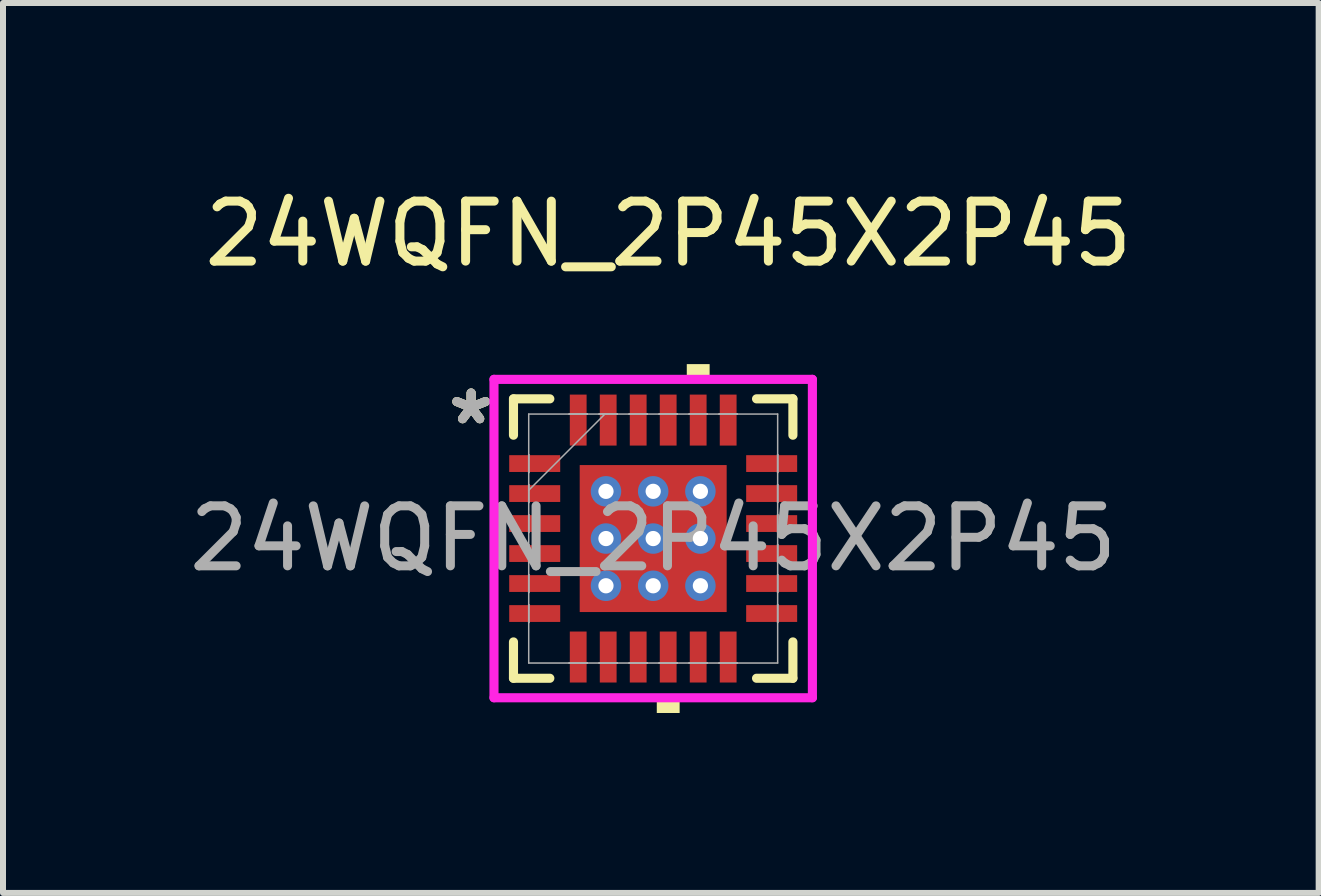
<source format=kicad_pcb>
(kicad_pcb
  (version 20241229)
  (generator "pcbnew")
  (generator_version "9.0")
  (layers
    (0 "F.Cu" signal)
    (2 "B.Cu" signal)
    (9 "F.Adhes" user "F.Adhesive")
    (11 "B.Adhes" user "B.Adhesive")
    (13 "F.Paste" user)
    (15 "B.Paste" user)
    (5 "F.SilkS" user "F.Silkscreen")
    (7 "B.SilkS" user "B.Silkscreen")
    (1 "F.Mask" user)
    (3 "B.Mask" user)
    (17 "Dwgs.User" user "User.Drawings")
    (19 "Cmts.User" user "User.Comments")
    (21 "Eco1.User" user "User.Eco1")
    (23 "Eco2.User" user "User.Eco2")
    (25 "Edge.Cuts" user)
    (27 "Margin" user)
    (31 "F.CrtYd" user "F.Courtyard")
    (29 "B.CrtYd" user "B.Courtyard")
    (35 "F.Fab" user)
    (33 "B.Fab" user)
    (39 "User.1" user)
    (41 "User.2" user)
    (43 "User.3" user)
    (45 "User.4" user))
  (footprint "24WQFN_2P45X2P45"
    (layer "F.Cu")
    (at 7.839 5.928)
    (property "Reference" "24WQFN_2P45X2P45" (at 0.254 -5.08 0) (unlocked yes) (layer "F.SilkS") (effects (font (size 1 1) (thickness 0.15))))
    (attr smd)
    (fp_poly (pts (xy -2.47 -1.46) (xy -2.47 -1.04) (xy -1.48 -1.04) (xy -1.48 -1.46)) (stroke (width 0) (type solid)) (fill yes) (layer "F.Mask"))
    (fp_poly (pts (xy -2.47 -0.96) (xy -2.47 -0.54) (xy -1.48 -0.54) (xy -1.48 -0.96)) (stroke (width 0) (type solid)) (fill yes) (layer "F.Mask"))
    (fp_poly (pts (xy -2.47 -0.46) (xy -2.47 -0.04) (xy -1.48 -0.04) (xy -1.48 -0.46)) (stroke (width 0) (type solid)) (fill yes) (layer "F.Mask"))
    (fp_poly (pts (xy -2.47 0.04) (xy -2.47 0.46) (xy -1.48 0.46) (xy -1.48 0.04)) (stroke (width 0) (type solid)) (fill yes) (layer "F.Mask"))
    (fp_poly (pts (xy -2.47 0.54) (xy -2.47 0.96) (xy -1.48 0.96) (xy -1.48 0.54)) (stroke (width 0) (type solid)) (fill yes) (layer "F.Mask"))
    (fp_poly (pts (xy -2.47 1.04) (xy -2.47 1.46) (xy -1.48 1.46) (xy -1.48 1.04)) (stroke (width 0) (type solid)) (fill yes) (layer "F.Mask"))
    (fp_poly (pts (xy -1.46 -2.47) (xy -1.46 -1.48) (xy -1.04 -1.48) (xy -1.04 -2.47)) (stroke (width 0) (type solid)) (fill yes) (layer "F.Mask"))
    (fp_poly (pts (xy -1.46 1.48) (xy -1.46 2.47) (xy -1.04 2.47) (xy -1.04 1.48)) (stroke (width 0) (type solid)) (fill yes) (layer "F.Mask"))
    (fp_poly (pts (xy -1.288 -1.288) (xy -0.987 -1.288) (xy -0.987 1.288) (xy -1.288 1.288)) (stroke (width 0) (type solid)) (fill yes) (layer "F.Mask"))
    (fp_poly (pts (xy -1.288 -1.288) (xy 1.288 -1.288) (xy 1.288 -0.987) (xy -1.288 -0.987)) (stroke (width 0) (type solid)) (fill yes) (layer "F.Mask"))
    (fp_poly (pts (xy -1.288 -0.587) (xy 1.288 -0.587) (xy 1.288 -0.2) (xy -1.288 -0.2)) (stroke (width 0) (type solid)) (fill yes) (layer "F.Mask"))
    (fp_poly (pts (xy -1.288 0.2) (xy 1.288 0.2) (xy 1.288 0.587) (xy -1.288 0.587)) (stroke (width 0) (type solid)) (fill yes) (layer "F.Mask"))
    (fp_poly (pts (xy -1.288 0.987) (xy 1.288 0.987) (xy 1.288 1.288) (xy -1.288 1.288)) (stroke (width 0) (type solid)) (fill yes) (layer "F.Mask"))
    (fp_poly (pts (xy -0.96 -2.47) (xy -0.96 -1.48) (xy -0.54 -1.48) (xy -0.54 -2.47)) (stroke (width 0) (type solid)) (fill yes) (layer "F.Mask"))
    (fp_poly (pts (xy -0.96 1.48) (xy -0.96 2.47) (xy -0.54 2.47) (xy -0.54 1.48)) (stroke (width 0) (type solid)) (fill yes) (layer "F.Mask"))
    (fp_poly (pts (xy -0.46 -2.47) (xy -0.46 -1.48) (xy -0.04 -1.48) (xy -0.04 -2.47)) (stroke (width 0) (type solid)) (fill yes) (layer "F.Mask"))
    (fp_poly (pts (xy -0.46 1.48) (xy -0.46 2.47) (xy -0.04 2.47) (xy -0.04 1.48)) (stroke (width 0) (type solid)) (fill yes) (layer "F.Mask"))
    (fp_poly (pts (xy -0.2 -1.288) (xy -0.587 -1.288) (xy -0.587 1.288) (xy -0.2 1.288)) (stroke (width 0) (type solid)) (fill yes) (layer "F.Mask"))
    (fp_poly (pts (xy 0.04 -2.47) (xy 0.04 -1.48) (xy 0.46 -1.48) (xy 0.46 -2.47)) (stroke (width 0) (type solid)) (fill yes) (layer "F.Mask"))
    (fp_poly (pts (xy 0.04 1.48) (xy 0.04 2.47) (xy 0.46 2.47) (xy 0.46 1.48)) (stroke (width 0) (type solid)) (fill yes) (layer "F.Mask"))
    (fp_poly (pts (xy 0.54 -2.47) (xy 0.54 -1.48) (xy 0.96 -1.48) (xy 0.96 -2.47)) (stroke (width 0) (type solid)) (fill yes) (layer "F.Mask"))
    (fp_poly (pts (xy 0.54 1.48) (xy 0.54 2.47) (xy 0.96 2.47) (xy 0.96 1.48)) (stroke (width 0) (type solid)) (fill yes) (layer "F.Mask"))
    (fp_poly (pts (xy 0.587 -1.288) (xy 0.2 -1.288) (xy 0.2 1.288) (xy 0.587 1.288)) (stroke (width 0) (type solid)) (fill yes) (layer "F.Mask"))
    (fp_poly (pts (xy 0.987 -1.288) (xy 1.288 -1.288) (xy 1.288 1.288) (xy 0.987 1.288)) (stroke (width 0) (type solid)) (fill yes) (layer "F.Mask"))
    (fp_poly (pts (xy 1.04 -2.47) (xy 1.04 -1.48) (xy 1.46 -1.48) (xy 1.46 -2.47)) (stroke (width 0) (type solid)) (fill yes) (layer "F.Mask"))
    (fp_poly (pts (xy 1.04 1.48) (xy 1.04 2.47) (xy 1.46 2.47) (xy 1.46 1.48)) (stroke (width 0) (type solid)) (fill yes) (layer "F.Mask"))
    (fp_poly (pts (xy 1.48 -1.46) (xy 1.48 -1.04) (xy 2.47 -1.04) (xy 2.47 -1.46)) (stroke (width 0) (type solid)) (fill yes) (layer "F.Mask"))
    (fp_poly (pts (xy 1.48 -0.96) (xy 1.48 -0.54) (xy 2.47 -0.54) (xy 2.47 -0.96)) (stroke (width 0) (type solid)) (fill yes) (layer "F.Mask"))
    (fp_poly (pts (xy 1.48 -0.46) (xy 1.48 -0.04) (xy 2.47 -0.04) (xy 2.47 -0.46)) (stroke (width 0) (type solid)) (fill yes) (layer "F.Mask"))
    (fp_poly (pts (xy 1.48 0.04) (xy 1.48 0.46) (xy 2.47 0.46) (xy 2.47 0.04)) (stroke (width 0) (type solid)) (fill yes) (layer "F.Mask"))
    (fp_poly (pts (xy 1.48 0.54) (xy 1.48 0.96) (xy 2.47 0.96) (xy 2.47 0.54)) (stroke (width 0) (type solid)) (fill yes) (layer "F.Mask"))
    (fp_poly (pts (xy 1.48 1.04) (xy 1.48 1.46) (xy 2.47 1.46) (xy 2.47 1.04)) (stroke (width 0) (type solid)) (fill yes) (layer "F.Mask"))
    (fp_line (start -2.329 -2.329) (end -2.329 -1.723) (stroke (width 0.152) (type solid)) (layer "F.SilkS"))
    (fp_line (start -2.329 1.723) (end -2.329 2.329) (stroke (width 0.152) (type solid)) (layer "F.SilkS"))
    (fp_line (start -2.329 2.329) (end -1.723 2.329) (stroke (width 0.152) (type solid)) (layer "F.SilkS"))
    (fp_line (start -1.723 -2.329) (end -2.329 -2.329) (stroke (width 0.152) (type solid)) (layer "F.SilkS"))
    (fp_line (start 1.723 2.329) (end 2.329 2.329) (stroke (width 0.152) (type solid)) (layer "F.SilkS"))
    (fp_line (start 2.329 -2.329) (end 1.723 -2.329) (stroke (width 0.152) (type solid)) (layer "F.SilkS"))
    (fp_line (start 2.329 -1.723) (end 2.329 -2.329) (stroke (width 0.152) (type solid)) (layer "F.SilkS"))
    (fp_line (start 2.329 2.329) (end 2.329 1.723) (stroke (width 0.152) (type solid)) (layer "F.SilkS"))
    (fp_poly (pts (xy 0.06 2.654) (xy 0.06 2.908) (xy 0.441 2.908) (xy 0.441 2.654)) (stroke (width 0) (type solid)) (fill yes) (layer "F.SilkS"))
    (fp_poly (pts (xy 0.56 -2.654) (xy 0.56 -2.908) (xy 0.941 -2.908) (xy 0.941 -2.654)) (stroke (width 0) (type solid)) (fill yes) (layer "F.SilkS"))
    (fp_poly (pts (xy -2.375 -1.365) (xy -2.375 -1.135) (xy -1.575 -1.135) (xy -1.575 -1.365)) (stroke (width 0) (type solid)) (fill yes) (layer "F.Paste"))
    (fp_poly (pts (xy -2.375 -0.865) (xy -2.375 -0.635) (xy -1.575 -0.635) (xy -1.575 -0.865)) (stroke (width 0) (type solid)) (fill yes) (layer "F.Paste"))
    (fp_poly (pts (xy -2.375 -0.365) (xy -2.375 -0.135) (xy -1.575 -0.135) (xy -1.575 -0.365)) (stroke (width 0) (type solid)) (fill yes) (layer "F.Paste"))
    (fp_poly (pts (xy -2.375 0.135) (xy -2.375 0.365) (xy -1.575 0.365) (xy -1.575 0.135)) (stroke (width 0) (type solid)) (fill yes) (layer "F.Paste"))
    (fp_poly (pts (xy -2.375 0.635) (xy -2.375 0.865) (xy -1.575 0.865) (xy -1.575 0.635)) (stroke (width 0) (type solid)) (fill yes) (layer "F.Paste"))
    (fp_poly (pts (xy -2.375 1.135) (xy -2.375 1.365) (xy -1.575 1.365) (xy -1.575 1.135)) (stroke (width 0) (type solid)) (fill yes) (layer "F.Paste"))
    (fp_poly (pts (xy -1.365 -2.375) (xy -1.365 -1.575) (xy -1.135 -1.575) (xy -1.135 -2.375)) (stroke (width 0) (type solid)) (fill yes) (layer "F.Paste"))
    (fp_poly (pts (xy -1.365 1.575) (xy -1.365 2.375) (xy -1.135 2.375) (xy -1.135 1.575)) (stroke (width 0) (type solid)) (fill yes) (layer "F.Paste"))
    (fp_poly (pts (xy -0.865 -2.375) (xy -0.865 -1.575) (xy -0.635 -1.575) (xy -0.635 -2.375)) (stroke (width 0) (type solid)) (fill yes) (layer "F.Paste"))
    (fp_poly (pts (xy -0.865 1.575) (xy -0.865 2.375) (xy -0.635 2.375) (xy -0.635 1.575)) (stroke (width 0) (type solid)) (fill yes) (layer "F.Paste"))
    (fp_poly (pts (xy -0.365 -2.375) (xy -0.365 -1.575) (xy -0.135 -1.575) (xy -0.135 -2.375)) (stroke (width 0) (type solid)) (fill yes) (layer "F.Paste"))
    (fp_poly (pts (xy -0.365 1.575) (xy -0.365 2.375) (xy -0.135 2.375) (xy -0.135 1.575)) (stroke (width 0) (type solid)) (fill yes) (layer "F.Paste"))
    (fp_poly (pts (xy 0.135 -2.375) (xy 0.135 -1.575) (xy 0.365 -1.575) (xy 0.365 -2.375)) (stroke (width 0) (type solid)) (fill yes) (layer "F.Paste"))
    (fp_poly (pts (xy 0.135 1.575) (xy 0.135 2.375) (xy 0.365 2.375) (xy 0.365 1.575)) (stroke (width 0) (type solid)) (fill yes) (layer "F.Paste"))
    (fp_poly (pts (xy 0.635 -2.375) (xy 0.635 -1.575) (xy 0.865 -1.575) (xy 0.865 -2.375)) (stroke (width 0) (type solid)) (fill yes) (layer "F.Paste"))
    (fp_poly (pts (xy 0.635 1.575) (xy 0.635 2.375) (xy 0.865 2.375) (xy 0.865 1.575)) (stroke (width 0) (type solid)) (fill yes) (layer "F.Paste"))
    (fp_poly (pts (xy 1.135 -2.375) (xy 1.135 -1.575) (xy 1.365 -1.575) (xy 1.365 -2.375)) (stroke (width 0) (type solid)) (fill yes) (layer "F.Paste"))
    (fp_poly (pts (xy 1.135 1.575) (xy 1.135 2.375) (xy 1.365 2.375) (xy 1.365 1.575)) (stroke (width 0) (type solid)) (fill yes) (layer "F.Paste"))
    (fp_poly (pts (xy 1.575 -1.365) (xy 1.575 -1.135) (xy 2.375 -1.135) (xy 2.375 -1.365)) (stroke (width 0) (type solid)) (fill yes) (layer "F.Paste"))
    (fp_poly (pts (xy 1.575 -0.865) (xy 1.575 -0.635) (xy 2.375 -0.635) (xy 2.375 -0.865)) (stroke (width 0) (type solid)) (fill yes) (layer "F.Paste"))
    (fp_poly (pts (xy 1.575 -0.365) (xy 1.575 -0.135) (xy 2.375 -0.135) (xy 2.375 -0.365)) (stroke (width 0) (type solid)) (fill yes) (layer "F.Paste"))
    (fp_poly (pts (xy 1.575 0.135) (xy 1.575 0.365) (xy 2.375 0.365) (xy 2.375 0.135)) (stroke (width 0) (type solid)) (fill yes) (layer "F.Paste"))
    (fp_poly (pts (xy 1.575 0.635) (xy 1.575 0.865) (xy 2.375 0.865) (xy 2.375 0.635)) (stroke (width 0) (type solid)) (fill yes) (layer "F.Paste"))
    (fp_poly (pts (xy 1.575 1.135) (xy 1.575 1.365) (xy 2.375 1.365) (xy 2.375 1.135)) (stroke (width 0) (type solid)) (fill yes) (layer "F.Paste"))
    (fp_poly (pts (xy -1.15 -1.15) (xy -1.15 -0.887) (xy -1.029 -0.887) (xy -0.887 -1.029) (xy -0.887 -1.15)) (stroke (width 0) (type solid)) (fill yes) (layer "F.Paste"))
    (fp_poly (pts (xy -1.15 0.887) (xy -1.15 1.15) (xy -0.887 1.15) (xy -0.887 1.029) (xy -1.029 0.887)) (stroke (width 0) (type solid)) (fill yes) (layer "F.Paste"))
    (fp_poly (pts (xy 0.887 -1.15) (xy 0.887 -1.029) (xy 1.029 -0.887) (xy 1.15 -0.887) (xy 1.15 -1.15)) (stroke (width 0) (type solid)) (fill yes) (layer "F.Paste"))
    (fp_poly (pts (xy 1.029 0.887) (xy 0.887 1.029) (xy 0.887 1.15) (xy 1.15 1.15) (xy 1.15 0.887)) (stroke (width 0) (type solid)) (fill yes) (layer "F.Paste"))
    (fp_poly (pts (xy -1.15 -0.687) (xy -1.15 -0.1) (xy -1.029 -0.1) (xy -0.887 -0.241) (xy -0.887 -0.546) (xy -1.029 -0.687)) (stroke (width 0) (type solid)) (fill yes) (layer "F.Paste"))
    (fp_poly (pts (xy -1.15 0.1) (xy -1.15 0.687) (xy -1.029 0.687) (xy -0.887 0.546) (xy -0.887 0.241) (xy -1.029 0.1)) (stroke (width 0) (type solid)) (fill yes) (layer "F.Paste"))
    (fp_poly (pts (xy -0.687 -1.15) (xy -0.687 -1.029) (xy -0.546 -0.887) (xy -0.241 -0.887) (xy -0.1 -1.029) (xy -0.1 -1.15)) (stroke (width 0) (type solid)) (fill yes) (layer "F.Paste"))
    (fp_poly (pts (xy -0.546 0.887) (xy -0.687 1.029) (xy -0.687 1.15) (xy -0.1 1.15) (xy -0.1 1.029) (xy -0.241 0.887)) (stroke (width 0) (type solid)) (fill yes) (layer "F.Paste"))
    (fp_poly (pts (xy 0.1 -1.15) (xy 0.1 -1.029) (xy 0.241 -0.887) (xy 0.546 -0.887) (xy 0.687 -1.029) (xy 0.687 -1.15)) (stroke (width 0) (type solid)) (fill yes) (layer "F.Paste"))
    (fp_poly (pts (xy 0.241 0.887) (xy 0.1 1.029) (xy 0.1 1.15) (xy 0.687 1.15) (xy 0.687 1.029) (xy 0.546 0.887)) (stroke (width 0) (type solid)) (fill yes) (layer "F.Paste"))
    (fp_poly (pts (xy 1.029 -0.687) (xy 0.887 -0.546) (xy 0.887 -0.241) (xy 1.029 -0.1) (xy 1.15 -0.1) (xy 1.15 -0.687)) (stroke (width 0) (type solid)) (fill yes) (layer "F.Paste"))
    (fp_poly (pts (xy 1.029 0.1) (xy 0.887 0.241) (xy 0.887 0.546) (xy 1.029 0.687) (xy 1.15 0.687) (xy 1.15 0.1)) (stroke (width 0) (type solid)) (fill yes) (layer "F.Paste"))
    (fp_poly (pts (xy -0.546 -0.687) (xy -0.687 -0.546) (xy -0.687 -0.241) (xy -0.546 -0.1) (xy -0.241 -0.1) (xy -0.1 -0.241) (xy -0.1 -0.546) (xy -0.241 -0.687)) (stroke (width 0) (type solid)) (fill yes) (layer "F.Paste"))
    (fp_poly (pts (xy -0.546 0.1) (xy -0.687 0.241) (xy -0.687 0.546) (xy -0.546 0.687) (xy -0.241 0.687) (xy -0.1 0.546) (xy -0.1 0.241) (xy -0.241 0.1)) (stroke (width 0) (type solid)) (fill yes) (layer "F.Paste"))
    (fp_poly (pts (xy 0.241 -0.687) (xy 0.1 -0.546) (xy 0.1 -0.241) (xy 0.241 -0.1) (xy 0.546 -0.1) (xy 0.687 -0.241) (xy 0.687 -0.546) (xy 0.546 -0.687)) (stroke (width 0) (type solid)) (fill yes) (layer "F.Paste"))
    (fp_poly (pts (xy 0.241 0.1) (xy 0.1 0.241) (xy 0.1 0.546) (xy 0.241 0.687) (xy 0.546 0.687) (xy 0.687 0.546) (xy 0.687 0.241) (xy 0.546 0.1)) (stroke (width 0) (type solid)) (fill yes) (layer "F.Paste"))
    (fp_line (start -2.654 -2.654) (end 2.654 -2.654) (stroke (width 0.152) (type solid)) (layer "F.CrtYd"))
    (fp_line (start -2.654 2.654) (end -2.654 -2.654) (stroke (width 0.152) (type solid)) (layer "F.CrtYd"))
    (fp_line (start 2.654 -2.654) (end 2.654 2.654) (stroke (width 0.152) (type solid)) (layer "F.CrtYd"))
    (fp_line (start 2.654 2.654) (end -2.654 2.654) (stroke (width 0.152) (type solid)) (layer "F.CrtYd"))
    (fp_line (start -2.075 -2.075) (end -2.075 2.075) (stroke (width 0.025) (type solid)) (layer "F.Fab"))
    (fp_line (start -2.075 -1.4) (end -2.075 -1.4) (stroke (width 0.025) (type solid)) (layer "F.Fab"))
    (fp_line (start -2.075 -1.4) (end -2.075 -1.1) (stroke (width 0.025) (type solid)) (layer "F.Fab"))
    (fp_line (start -2.075 -1.1) (end -2.075 -1.4) (stroke (width 0.025) (type solid)) (layer "F.Fab"))
    (fp_line (start -2.075 -1.1) (end -2.075 -1.1) (stroke (width 0.025) (type solid)) (layer "F.Fab"))
    (fp_line (start -2.075 -0.9) (end -2.075 -0.9) (stroke (width 0.025) (type solid)) (layer "F.Fab"))
    (fp_line (start -2.075 -0.9) (end -2.075 -0.6) (stroke (width 0.025) (type solid)) (layer "F.Fab"))
    (fp_line (start -2.075 -0.805) (end -0.805 -2.075) (stroke (width 0.025) (type solid)) (layer "F.Fab"))
    (fp_line (start -2.075 -0.6) (end -2.075 -0.9) (stroke (width 0.025) (type solid)) (layer "F.Fab"))
    (fp_line (start -2.075 -0.6) (end -2.075 -0.6) (stroke (width 0.025) (type solid)) (layer "F.Fab"))
    (fp_line (start -2.075 -0.4) (end -2.075 -0.4) (stroke (width 0.025) (type solid)) (layer "F.Fab"))
    (fp_line (start -2.075 -0.4) (end -2.075 -0.1) (stroke (width 0.025) (type solid)) (layer "F.Fab"))
    (fp_line (start -2.075 -0.1) (end -2.075 -0.4) (stroke (width 0.025) (type solid)) (layer "F.Fab"))
    (fp_line (start -2.075 -0.1) (end -2.075 -0.1) (stroke (width 0.025) (type solid)) (layer "F.Fab"))
    (fp_line (start -2.075 0.1) (end -2.075 0.1) (stroke (width 0.025) (type solid)) (layer "F.Fab"))
    (fp_line (start -2.075 0.1) (end -2.075 0.4) (stroke (width 0.025) (type solid)) (layer "F.Fab"))
    (fp_line (start -2.075 0.4) (end -2.075 0.1) (stroke (width 0.025) (type solid)) (layer "F.Fab"))
    (fp_line (start -2.075 0.4) (end -2.075 0.4) (stroke (width 0.025) (type solid)) (layer "F.Fab"))
    (fp_line (start -2.075 0.6) (end -2.075 0.6) (stroke (width 0.025) (type solid)) (layer "F.Fab"))
    (fp_line (start -2.075 0.6) (end -2.075 0.9) (stroke (width 0.025) (type solid)) (layer "F.Fab"))
    (fp_line (start -2.075 0.9) (end -2.075 0.6) (stroke (width 0.025) (type solid)) (layer "F.Fab"))
    (fp_line (start -2.075 0.9) (end -2.075 0.9) (stroke (width 0.025) (type solid)) (layer "F.Fab"))
    (fp_line (start -2.075 1.1) (end -2.075 1.1) (stroke (width 0.025) (type solid)) (layer "F.Fab"))
    (fp_line (start -2.075 1.1) (end -2.075 1.4) (stroke (width 0.025) (type solid)) (layer "F.Fab"))
    (fp_line (start -2.075 1.4) (end -2.075 1.1) (stroke (width 0.025) (type solid)) (layer "F.Fab"))
    (fp_line (start -2.075 1.4) (end -2.075 1.4) (stroke (width 0.025) (type solid)) (layer "F.Fab"))
    (fp_line (start -2.075 2.075) (end 2.075 2.075) (stroke (width 0.025) (type solid)) (layer "F.Fab"))
    (fp_line (start -1.4 -2.075) (end -1.4 -2.075) (stroke (width 0.025) (type solid)) (layer "F.Fab"))
    (fp_line (start -1.4 -2.075) (end -1.1 -2.075) (stroke (width 0.025) (type solid)) (layer "F.Fab"))
    (fp_line (start -1.4 2.075) (end -1.4 2.075) (stroke (width 0.025) (type solid)) (layer "F.Fab"))
    (fp_line (start -1.4 2.075) (end -1.1 2.075) (stroke (width 0.025) (type solid)) (layer "F.Fab"))
    (fp_line (start -1.1 -2.075) (end -1.4 -2.075) (stroke (width 0.025) (type solid)) (layer "F.Fab"))
    (fp_line (start -1.1 -2.075) (end -1.1 -2.075) (stroke (width 0.025) (type solid)) (layer "F.Fab"))
    (fp_line (start -1.1 2.075) (end -1.4 2.075) (stroke (width 0.025) (type solid)) (layer "F.Fab"))
    (fp_line (start -1.1 2.075) (end -1.1 2.075) (stroke (width 0.025) (type solid)) (layer "F.Fab"))
    (fp_line (start -0.9 -2.075) (end -0.9 -2.075) (stroke (width 0.025) (type solid)) (layer "F.Fab"))
    (fp_line (start -0.9 -2.075) (end -0.6 -2.075) (stroke (width 0.025) (type solid)) (layer "F.Fab"))
    (fp_line (start -0.9 2.075) (end -0.9 2.075) (stroke (width 0.025) (type solid)) (layer "F.Fab"))
    (fp_line (start -0.9 2.075) (end -0.6 2.075) (stroke (width 0.025) (type solid)) (layer "F.Fab"))
    (fp_line (start -0.6 -2.075) (end -0.9 -2.075) (stroke (width 0.025) (type solid)) (layer "F.Fab"))
    (fp_line (start -0.6 -2.075) (end -0.6 -2.075) (stroke (width 0.025) (type solid)) (layer "F.Fab"))
    (fp_line (start -0.6 2.075) (end -0.9 2.075) (stroke (width 0.025) (type solid)) (layer "F.Fab"))
    (fp_line (start -0.6 2.075) (end -0.6 2.075) (stroke (width 0.025) (type solid)) (layer "F.Fab"))
    (fp_line (start -0.4 -2.075) (end -0.4 -2.075) (stroke (width 0.025) (type solid)) (layer "F.Fab"))
    (fp_line (start -0.4 -2.075) (end -0.1 -2.075) (stroke (width 0.025) (type solid)) (layer "F.Fab"))
    (fp_line (start -0.4 2.075) (end -0.4 2.075) (stroke (width 0.025) (type solid)) (layer "F.Fab"))
    (fp_line (start -0.4 2.075) (end -0.1 2.075) (stroke (width 0.025) (type solid)) (layer "F.Fab"))
    (fp_line (start -0.1 -2.075) (end -0.4 -2.075) (stroke (width 0.025) (type solid)) (layer "F.Fab"))
    (fp_line (start -0.1 -2.075) (end -0.1 -2.075) (stroke (width 0.025) (type solid)) (layer "F.Fab"))
    (fp_line (start -0.1 2.075) (end -0.4 2.075) (stroke (width 0.025) (type solid)) (layer "F.Fab"))
    (fp_line (start -0.1 2.075) (end -0.1 2.075) (stroke (width 0.025) (type solid)) (layer "F.Fab"))
    (fp_line (start 0.1 -2.075) (end 0.1 -2.075) (stroke (width 0.025) (type solid)) (layer "F.Fab"))
    (fp_line (start 0.1 -2.075) (end 0.4 -2.075) (stroke (width 0.025) (type solid)) (layer "F.Fab"))
    (fp_line (start 0.1 2.075) (end 0.1 2.075) (stroke (width 0.025) (type solid)) (layer "F.Fab"))
    (fp_line (start 0.1 2.075) (end 0.4 2.075) (stroke (width 0.025) (type solid)) (layer "F.Fab"))
    (fp_line (start 0.4 -2.075) (end 0.1 -2.075) (stroke (width 0.025) (type solid)) (layer "F.Fab"))
    (fp_line (start 0.4 -2.075) (end 0.4 -2.075) (stroke (width 0.025) (type solid)) (layer "F.Fab"))
    (fp_line (start 0.4 2.075) (end 0.1 2.075) (stroke (width 0.025) (type solid)) (layer "F.Fab"))
    (fp_line (start 0.4 2.075) (end 0.4 2.075) (stroke (width 0.025) (type solid)) (layer "F.Fab"))
    (fp_line (start 0.6 -2.075) (end 0.6 -2.075) (stroke (width 0.025) (type solid)) (layer "F.Fab"))
    (fp_line (start 0.6 -2.075) (end 0.9 -2.075) (stroke (width 0.025) (type solid)) (layer "F.Fab"))
    (fp_line (start 0.6 2.075) (end 0.6 2.075) (stroke (width 0.025) (type solid)) (layer "F.Fab"))
    (fp_line (start 0.6 2.075) (end 0.9 2.075) (stroke (width 0.025) (type solid)) (layer "F.Fab"))
    (fp_line (start 0.9 -2.075) (end 0.6 -2.075) (stroke (width 0.025) (type solid)) (layer "F.Fab"))
    (fp_line (start 0.9 -2.075) (end 0.9 -2.075) (stroke (width 0.025) (type solid)) (layer "F.Fab"))
    (fp_line (start 0.9 2.075) (end 0.6 2.075) (stroke (width 0.025) (type solid)) (layer "F.Fab"))
    (fp_line (start 0.9 2.075) (end 0.9 2.075) (stroke (width 0.025) (type solid)) (layer "F.Fab"))
    (fp_line (start 1.1 -2.075) (end 1.1 -2.075) (stroke (width 0.025) (type solid)) (layer "F.Fab"))
    (fp_line (start 1.1 -2.075) (end 1.4 -2.075) (stroke (width 0.025) (type solid)) (layer "F.Fab"))
    (fp_line (start 1.1 2.075) (end 1.1 2.075) (stroke (width 0.025) (type solid)) (layer "F.Fab"))
    (fp_line (start 1.1 2.075) (end 1.4 2.075) (stroke (width 0.025) (type solid)) (layer "F.Fab"))
    (fp_line (start 1.4 -2.075) (end 1.1 -2.075) (stroke (width 0.025) (type solid)) (layer "F.Fab"))
    (fp_line (start 1.4 -2.075) (end 1.4 -2.075) (stroke (width 0.025) (type solid)) (layer "F.Fab"))
    (fp_line (start 1.4 2.075) (end 1.1 2.075) (stroke (width 0.025) (type solid)) (layer "F.Fab"))
    (fp_line (start 1.4 2.075) (end 1.4 2.075) (stroke (width 0.025) (type solid)) (layer "F.Fab"))
    (fp_line (start 2.075 -2.075) (end -2.075 -2.075) (stroke (width 0.025) (type solid)) (layer "F.Fab"))
    (fp_line (start 2.075 -1.4) (end 2.075 -1.4) (stroke (width 0.025) (type solid)) (layer "F.Fab"))
    (fp_line (start 2.075 -1.4) (end 2.075 -1.1) (stroke (width 0.025) (type solid)) (layer "F.Fab"))
    (fp_line (start 2.075 -1.1) (end 2.075 -1.4) (stroke (width 0.025) (type solid)) (layer "F.Fab"))
    (fp_line (start 2.075 -1.1) (end 2.075 -1.1) (stroke (width 0.025) (type solid)) (layer "F.Fab"))
    (fp_line (start 2.075 -0.9) (end 2.075 -0.9) (stroke (width 0.025) (type solid)) (layer "F.Fab"))
    (fp_line (start 2.075 -0.9) (end 2.075 -0.6) (stroke (width 0.025) (type solid)) (layer "F.Fab"))
    (fp_line (start 2.075 -0.6) (end 2.075 -0.9) (stroke (width 0.025) (type solid)) (layer "F.Fab"))
    (fp_line (start 2.075 -0.6) (end 2.075 -0.6) (stroke (width 0.025) (type solid)) (layer "F.Fab"))
    (fp_line (start 2.075 -0.4) (end 2.075 -0.4) (stroke (width 0.025) (type solid)) (layer "F.Fab"))
    (fp_line (start 2.075 -0.4) (end 2.075 -0.1) (stroke (width 0.025) (type solid)) (layer "F.Fab"))
    (fp_line (start 2.075 -0.1) (end 2.075 -0.4) (stroke (width 0.025) (type solid)) (layer "F.Fab"))
    (fp_line (start 2.075 -0.1) (end 2.075 -0.1) (stroke (width 0.025) (type solid)) (layer "F.Fab"))
    (fp_line (start 2.075 0.1) (end 2.075 0.1) (stroke (width 0.025) (type solid)) (layer "F.Fab"))
    (fp_line (start 2.075 0.1) (end 2.075 0.4) (stroke (width 0.025) (type solid)) (layer "F.Fab"))
    (fp_line (start 2.075 0.4) (end 2.075 0.1) (stroke (width 0.025) (type solid)) (layer "F.Fab"))
    (fp_line (start 2.075 0.4) (end 2.075 0.4) (stroke (width 0.025) (type solid)) (layer "F.Fab"))
    (fp_line (start 2.075 0.6) (end 2.075 0.6) (stroke (width 0.025) (type solid)) (layer "F.Fab"))
    (fp_line (start 2.075 0.6) (end 2.075 0.9) (stroke (width 0.025) (type solid)) (layer "F.Fab"))
    (fp_line (start 2.075 0.9) (end 2.075 0.6) (stroke (width 0.025) (type solid)) (layer "F.Fab"))
    (fp_line (start 2.075 0.9) (end 2.075 0.9) (stroke (width 0.025) (type solid)) (layer "F.Fab"))
    (fp_line (start 2.075 1.1) (end 2.075 1.1) (stroke (width 0.025) (type solid)) (layer "F.Fab"))
    (fp_line (start 2.075 1.1) (end 2.075 1.4) (stroke (width 0.025) (type solid)) (layer "F.Fab"))
    (fp_line (start 2.075 1.4) (end 2.075 1.1) (stroke (width 0.025) (type solid)) (layer "F.Fab"))
    (fp_line (start 2.075 1.4) (end 2.075 1.4) (stroke (width 0.025) (type solid)) (layer "F.Fab"))
    (fp_line (start 2.075 2.075) (end 2.075 -2.075) (stroke (width 0.025) (type solid)) (layer "F.Fab"))
    (fp_text user "*" (at -3.035 -1.881 0) (unlocked yes) (layer "F.SilkS") (effects (font (size 1 1) (thickness 0.15))))
    (fp_text user "*" (at -3.035 -1.881 0) (layer "F.SilkS") (effects (font (size 1 1) (thickness 0.15))))
    (fp_text user "${REFERENCE}" (at 0 0 0) (unlocked yes) (layer "F.Fab") (effects (font (size 1 1) (thickness 0.15))))
    (fp_text user "*" (at -3.035 -1.881 0) (unlocked yes) (layer "F.Fab") (effects (font (size 1 1) (thickness 0.15))))
    (fp_text user "*" (at -3.035 -1.881 0) (layer "F.Fab") (effects (font (size 1 1) (thickness 0.15))))
    (pad "1" smd rect (at -1.975 -1.25 90) (size 0.28 0.85) (layers "F.Cu" "F.Mask"))
    (pad "2" smd rect (at -1.975 -0.75 90) (size 0.28 0.85) (layers "F.Cu" "F.Mask"))
    (pad "3" smd rect (at -1.975 -0.25 90) (size 0.28 0.85) (layers "F.Cu" "F.Mask"))
    (pad "4" smd rect (at -1.975 0.25 90) (size 0.28 0.85) (layers "F.Cu" "F.Mask"))
    (pad "5" smd rect (at -1.975 0.75 90) (size 0.28 0.85) (layers "F.Cu" "F.Mask"))
    (pad "6" smd rect (at -1.975 1.25 90) (size 0.28 0.85) (layers "F.Cu" "F.Mask"))
    (pad "7" smd rect (at -1.25 1.975) (size 0.28 0.85) (layers "F.Cu" "F.Mask"))
    (pad "8" smd rect (at -0.75 1.975) (size 0.28 0.85) (layers "F.Cu" "F.Mask"))
    (pad "9" smd rect (at -0.25 1.975) (size 0.28 0.85) (layers "F.Cu" "F.Mask"))
    (pad "10" smd rect (at 0.25 1.975) (size 0.28 0.85) (layers "F.Cu" "F.Mask"))
    (pad "11" smd rect (at 0.75 1.975) (size 0.28 0.85) (layers "F.Cu" "F.Mask"))
    (pad "12" smd rect (at 1.25 1.975) (size 0.28 0.85) (layers "F.Cu" "F.Mask"))
    (pad "13" smd rect (at 1.975 1.25 90) (size 0.28 0.85) (layers "F.Cu" "F.Mask"))
    (pad "14" smd rect (at 1.975 0.75 90) (size 0.28 0.85) (layers "F.Cu" "F.Mask"))
    (pad "15" smd rect (at 1.975 0.25 90) (size 0.28 0.85) (layers "F.Cu" "F.Mask"))
    (pad "16" smd rect (at 1.975 -0.25 90) (size 0.28 0.85) (layers "F.Cu" "F.Mask"))
    (pad "17" smd rect (at 1.975 -0.75 90) (size 0.28 0.85) (layers "F.Cu" "F.Mask"))
    (pad "18" smd rect (at 1.975 -1.25 90) (size 0.28 0.85) (layers "F.Cu" "F.Mask"))
    (pad "19" smd rect (at 1.25 -1.975) (size 0.28 0.85) (layers "F.Cu" "F.Mask"))
    (pad "20" smd rect (at 0.75 -1.975) (size 0.28 0.85) (layers "F.Cu" "F.Mask"))
    (pad "21" smd rect (at 0.25 -1.975) (size 0.28 0.85) (layers "F.Cu" "F.Mask"))
    (pad "22" smd rect (at -0.25 -1.975) (size 0.28 0.85) (layers "F.Cu" "F.Mask"))
    (pad "23" smd rect (at -0.75 -1.975) (size 0.28 0.85) (layers "F.Cu" "F.Mask"))
    (pad "24" smd rect (at -1.25 -1.975) (size 0.28 0.85) (layers "F.Cu" "F.Mask"))
    (pad "25" thru_hole circle (at -0.787 -0.787) (size 0.508 0.508) (drill 0.254) (layers "*.Cu" "*.Mask"))
    (pad "25" thru_hole circle (at -0.787 0) (size 0.508 0.508) (drill 0.254) (layers "*.Cu" "*.Mask"))
    (pad "25" thru_hole circle (at -0.787 0.787) (size 0.508 0.508) (drill 0.254) (layers "*.Cu" "*.Mask"))
    (pad "25" thru_hole circle (at 0 -0.787) (size 0.508 0.508) (drill 0.254) (layers "*.Cu" "*.Mask"))
    (pad "25" thru_hole circle (at 0 0) (size 0.508 0.508) (drill 0.254) (layers "*.Cu" "*.Mask"))
    (pad "25" smd rect (at 0 0) (size 2.45 2.45) (layers "F.Cu"))
    (pad "25" thru_hole circle (at 0 0.787) (size 0.508 0.508) (drill 0.254) (layers "*.Cu" "*.Mask"))
    (pad "25" thru_hole circle (at 0.787 -0.787) (size 0.508 0.508) (drill 0.254) (layers "*.Cu" "*.Mask"))
    (pad "25" thru_hole circle (at 0.787 0) (size 0.508 0.508) (drill 0.254) (layers "*.Cu" "*.Mask"))
    (pad "25" thru_hole circle (at 0.787 0.787) (size 0.508 0.508) (drill 0.254) (layers "*.Cu" "*.Mask")))
  (gr_rect
    (start -3 -3)
    (end 18.933 11.836)
    (stroke (width 0.1) (type default))
    (fill no)
    (layer "Edge.Cuts")))
</source>
